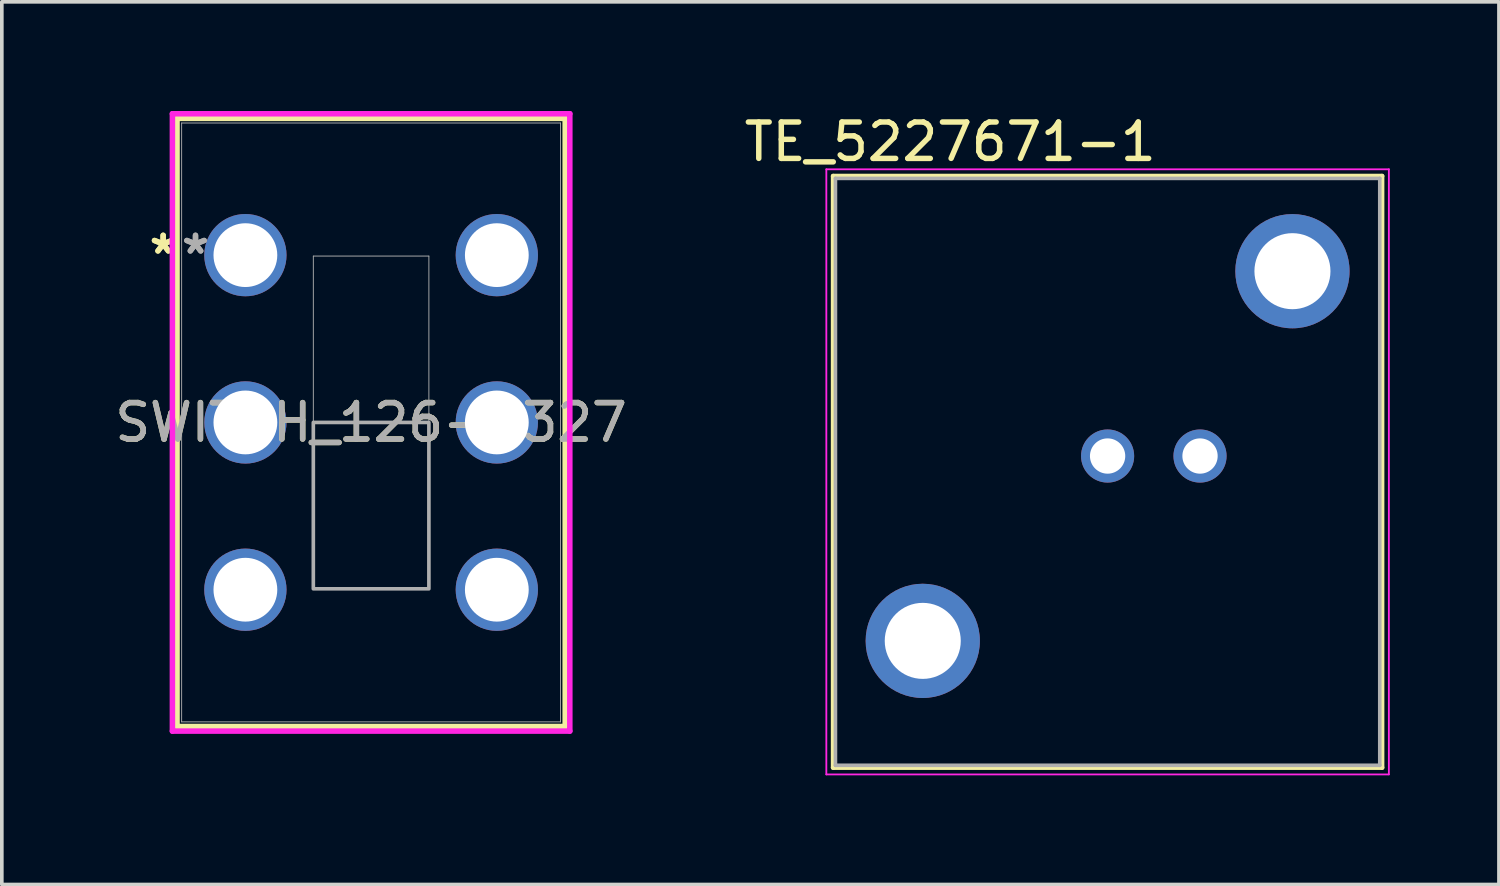
<source format=kicad_pcb>
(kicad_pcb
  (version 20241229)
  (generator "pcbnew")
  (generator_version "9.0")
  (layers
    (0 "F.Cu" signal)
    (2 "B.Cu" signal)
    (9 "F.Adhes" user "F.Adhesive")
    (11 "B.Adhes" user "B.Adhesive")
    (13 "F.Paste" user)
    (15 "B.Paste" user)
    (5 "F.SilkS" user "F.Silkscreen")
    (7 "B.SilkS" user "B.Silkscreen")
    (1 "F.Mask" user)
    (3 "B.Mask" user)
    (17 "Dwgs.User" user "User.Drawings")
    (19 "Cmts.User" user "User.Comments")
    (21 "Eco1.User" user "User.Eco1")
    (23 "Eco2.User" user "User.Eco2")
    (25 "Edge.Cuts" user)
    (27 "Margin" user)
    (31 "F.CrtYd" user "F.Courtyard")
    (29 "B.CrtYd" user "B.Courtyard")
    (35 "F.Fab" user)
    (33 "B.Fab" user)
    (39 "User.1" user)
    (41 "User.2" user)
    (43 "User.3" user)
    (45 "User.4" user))
  (footprint "TE_5227671-1"
    (layer "F.Cu")
    (at 27.39 9.483)
    (property "Reference" "TE_5227671-1" (at -4.325 -8.635 0) (layer "F.SilkS") (effects (font (size 1 1) (thickness 0.15))))
    (attr through_hole)
    (fp_line (start -7.543 -7.694) (end 7.543 -7.694) (stroke (width 0.127) (type solid)) (layer "F.SilkS"))
    (fp_line (start -7.543 8.563) (end -7.543 -7.694) (stroke (width 0.127) (type solid)) (layer "F.SilkS"))
    (fp_line (start 7.543 -7.694) (end 7.543 8.563) (stroke (width 0.127) (type solid)) (layer "F.SilkS"))
    (fp_line (start 7.543 8.563) (end -7.543 8.563) (stroke (width 0.127) (type solid)) (layer "F.SilkS"))
    (fp_line (start -7.73 -7.88) (end -7.73 8.75) (stroke (width 0.05) (type solid)) (layer "F.CrtYd"))
    (fp_line (start -7.73 8.75) (end 7.73 8.75) (stroke (width 0.05) (type solid)) (layer "F.CrtYd"))
    (fp_line (start 7.73 -7.88) (end -7.73 -7.88) (stroke (width 0.05) (type solid)) (layer "F.CrtYd"))
    (fp_line (start 7.73 8.75) (end 7.73 -7.88) (stroke (width 0.05) (type solid)) (layer "F.CrtYd"))
    (fp_line (start -7.48 -7.63) (end 7.48 -7.63) (stroke (width 0.1) (type solid)) (layer "F.Fab"))
    (fp_line (start -7.48 8.5) (end -7.48 -7.63) (stroke (width 0.1) (type solid)) (layer "F.Fab"))
    (fp_line (start 7.48 -7.63) (end 7.48 8.5) (stroke (width 0.1) (type solid)) (layer "F.Fab"))
    (fp_line (start 7.48 8.5) (end -7.48 8.5) (stroke (width 0.1) (type solid)) (layer "F.Fab"))
    (pad "1" thru_hole circle (at 0 0) (size 1.46 1.46) (drill 0.97) (layers "*.Cu" "*.Mask"))
    (pad "2" thru_hole circle (at 2.54 0) (size 1.46 1.46) (drill 0.97) (layers "*.Cu" "*.Mask"))
    (pad "3" thru_hole circle (at 5.08 -5.08) (size 3.14 3.14) (drill 2.09) (layers "*.Cu" "*.Mask"))
    (pad "4" thru_hole circle (at -5.08 5.08) (size 3.14 3.14) (drill 2.09) (layers "*.Cu" "*.Mask")))
  (footprint "SWITCH_126-0327"
    (layer "F.Cu")
    (at 10.604 13.157)
    (property "Reference" "SWITCH_126-0327" (at -3.455 -4.597 0) (unlocked yes) (layer "F.SilkS") (effects (font (size 1 1) (thickness 0.15))))
    (attr through_hole)
    (fp_line (start -8.789 -12.954) (end -8.789 3.759) (stroke (width 0.152) (type solid)) (layer "F.SilkS"))
    (fp_line (start -8.789 3.759) (end 1.879 3.759) (stroke (width 0.152) (type solid)) (layer "F.SilkS"))
    (fp_line (start 1.879 -12.954) (end -8.789 -12.954) (stroke (width 0.152) (type solid)) (layer "F.SilkS"))
    (fp_line (start 1.879 3.759) (end 1.879 -12.954) (stroke (width 0.152) (type solid)) (layer "F.SilkS"))
    (fp_line (start -8.916 -13.081) (end -8.916 3.886) (stroke (width 0.152) (type solid)) (layer "F.CrtYd"))
    (fp_line (start -8.916 3.886) (end 2.006 3.886) (stroke (width 0.152) (type solid)) (layer "F.CrtYd"))
    (fp_line (start 2.006 -13.081) (end -8.916 -13.081) (stroke (width 0.152) (type solid)) (layer "F.CrtYd"))
    (fp_line (start 2.006 3.886) (end 2.006 -13.081) (stroke (width 0.152) (type solid)) (layer "F.CrtYd"))
    (fp_line (start -8.662 -12.827) (end -8.662 3.632) (stroke (width 0.025) (type solid)) (layer "F.Fab"))
    (fp_line (start -8.662 3.632) (end 1.752 3.632) (stroke (width 0.025) (type solid)) (layer "F.Fab"))
    (fp_line (start -5.043 -9.169) (end -1.867 -9.169) (stroke (width 0.025) (type solid)) (layer "F.Fab"))
    (fp_line (start -5.043 -0.025) (end -5.043 -9.169) (stroke (width 0.025) (type solid)) (layer "F.Fab"))
    (fp_line (start -1.867 -9.169) (end -1.867 -0.025) (stroke (width 0.025) (type solid)) (layer "F.Fab"))
    (fp_line (start -1.867 -0.025) (end -5.043 -0.025) (stroke (width 0.025) (type solid)) (layer "F.Fab"))
    (fp_line (start 1.752 -12.827) (end -8.662 -12.827) (stroke (width 0.025) (type solid)) (layer "F.Fab"))
    (fp_line (start 1.752 3.632) (end 1.752 -12.827) (stroke (width 0.025) (type solid)) (layer "F.Fab"))
    (fp_poly (pts (xy -5.043 -0.025) (xy -5.043 -4.597) (xy -1.867 -4.597) (xy -1.867 -0.025)) (stroke (width 0.1) (type solid)) (fill no) (layer "F.Fab"))
    (fp_text user "*" (at -9.17 -9.195 0) (unlocked yes) (layer "F.SilkS") (effects (font (size 1 1) (thickness 0.15))))
    (fp_text user "*" (at -9.17 -9.195 0) (layer "F.SilkS") (effects (font (size 1 1) (thickness 0.15))))
    (fp_text user "*" (at -8.281 -9.195 0) (layer "F.Fab") (effects (font (size 1 1) (thickness 0.15))))
    (fp_text user "${REFERENCE}" (at -3.455 -4.597 0) (unlocked yes) (layer "F.Fab") (effects (font (size 1 1) (thickness 0.15))))
    (fp_text user "*" (at -8.281 -9.195 0) (unlocked yes) (layer "F.Fab") (effects (font (size 1 1) (thickness 0.15))))
    (pad "1" thru_hole circle (at -6.91 -9.195) (size 2.261 2.261) (drill 1.753) (layers "*.Cu" "*.Mask"))
    (pad "2" thru_hole circle (at -6.91 -4.597) (size 2.261 2.261) (drill 1.753) (layers "*.Cu" "*.Mask"))
    (pad "3" thru_hole circle (at -6.91 0) (size 2.261 2.261) (drill 1.753) (layers "*.Cu" "*.Mask"))
    (pad "4" thru_hole circle (at 0 0) (size 2.261 2.261) (drill 1.753) (layers "*.Cu" "*.Mask"))
    (pad "5" thru_hole circle (at 0 -4.597) (size 2.261 2.261) (drill 1.753) (layers "*.Cu" "*.Mask"))
    (pad "6" thru_hole circle (at 0 -9.195) (size 2.261 2.261) (drill 1.753) (layers "*.Cu" "*.Mask")))
  (gr_rect
    (start -3 -3)
    (end 38.145 21.258)
    (stroke (width 0.1) (type default))
    (fill no)
    (layer "Edge.Cuts")))
</source>
